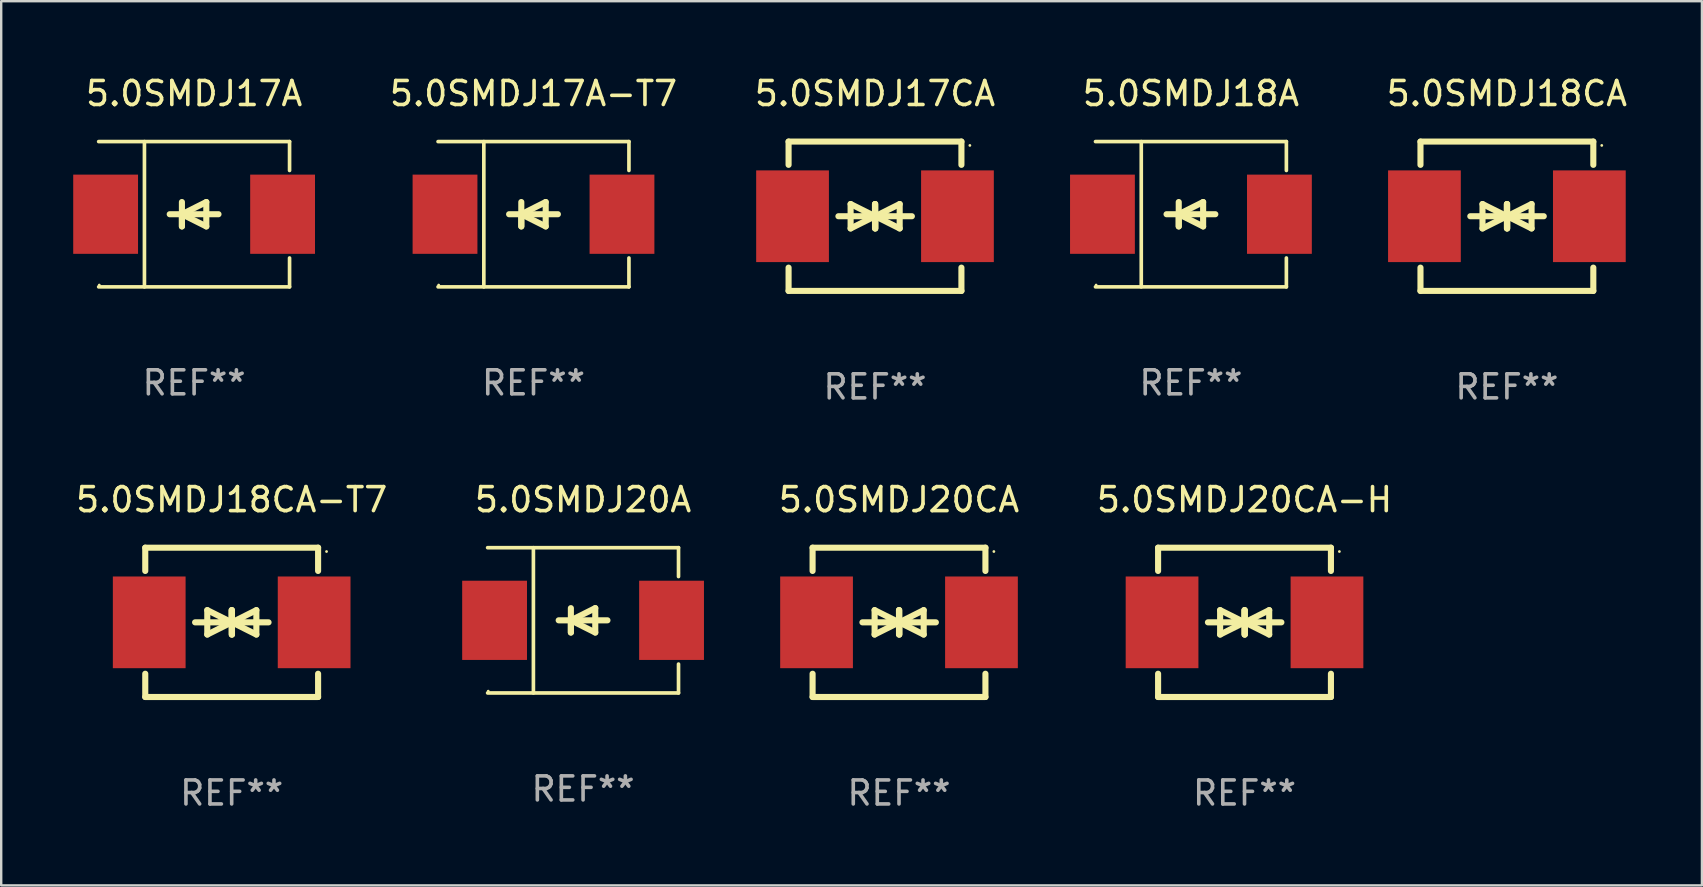
<source format=kicad_pcb>
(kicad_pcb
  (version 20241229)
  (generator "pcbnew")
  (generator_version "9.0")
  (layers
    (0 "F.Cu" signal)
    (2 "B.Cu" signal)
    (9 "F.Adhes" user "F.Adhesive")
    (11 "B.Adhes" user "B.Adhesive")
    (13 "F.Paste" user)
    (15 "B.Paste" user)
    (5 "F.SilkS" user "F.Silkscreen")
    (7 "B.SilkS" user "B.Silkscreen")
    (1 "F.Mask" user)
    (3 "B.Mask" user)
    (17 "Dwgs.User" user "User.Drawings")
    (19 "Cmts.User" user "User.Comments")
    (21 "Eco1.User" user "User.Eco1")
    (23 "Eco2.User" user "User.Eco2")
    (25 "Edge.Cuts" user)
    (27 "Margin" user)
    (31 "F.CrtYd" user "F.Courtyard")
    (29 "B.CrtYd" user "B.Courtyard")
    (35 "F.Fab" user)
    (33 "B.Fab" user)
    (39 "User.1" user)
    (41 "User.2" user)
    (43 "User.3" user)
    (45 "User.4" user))
  (footprint "5.0SMDJ20CA"
    (layer "F.Cu")
    (at 34.4 22.875)
    (property "Reference" "5.0SMDJ20CA" (at 0 -5.11 0) (layer "F.SilkS") (effects (font (size 1 1) (thickness 0.15))))
    (attr through_hole)
    (fp_line (start -3.6 -2.141) (end -3.6 -3.11) (stroke (width 0.254) (type solid)) (layer "F.SilkS"))
    (fp_line (start -3.6 3.11) (end -3.6 2.141) (stroke (width 0.254) (type solid)) (layer "F.SilkS"))
    (fp_line (start -1.524 0) (end 0.508 0) (stroke (width 0.254) (type solid)) (layer "F.SilkS"))
    (fp_line (start -1.016 -0.508) (end -1.016 0.508) (stroke (width 0.254) (type solid)) (layer "F.SilkS"))
    (fp_line (start -1.016 0.508) (end 0 0) (stroke (width 0.254) (type solid)) (layer "F.SilkS"))
    (fp_line (start 0 -0.508) (end 0 0.508) (stroke (width 0.254) (type solid)) (layer "F.SilkS"))
    (fp_line (start 0 0) (end -1.016 -0.508) (stroke (width 0.254) (type solid)) (layer "F.SilkS"))
    (fp_line (start 0 0) (end 0 -0.508) (stroke (width 0.254) (type solid)) (layer "F.SilkS"))
    (fp_line (start 0.012 0) (end 0.012 0.508) (stroke (width 0.254) (type solid)) (layer "F.SilkS"))
    (fp_line (start 0.012 0) (end 1.028 0.508) (stroke (width 0.254) (type solid)) (layer "F.SilkS"))
    (fp_line (start 0.012 0.508) (end 0.012 -0.508) (stroke (width 0.254) (type solid)) (layer "F.SilkS"))
    (fp_line (start 1.028 -0.508) (end 0.012 0) (stroke (width 0.254) (type solid)) (layer "F.SilkS"))
    (fp_line (start 1.028 0.508) (end 1.028 -0.508) (stroke (width 0.254) (type solid)) (layer "F.SilkS"))
    (fp_line (start 1.536 0) (end -0.496 0) (stroke (width 0.254) (type solid)) (layer "F.SilkS"))
    (fp_line (start 3.6 -3.11) (end -3.6 -3.11) (stroke (width 0.254) (type solid)) (layer "F.SilkS"))
    (fp_line (start 3.6 -2.141) (end 3.6 -3.11) (stroke (width 0.254) (type solid)) (layer "F.SilkS"))
    (fp_line (start 3.6 3.11) (end -3.6 3.11) (stroke (width 0.254) (type solid)) (layer "F.SilkS"))
    (fp_line (start 3.6 3.11) (end 3.6 2.141) (stroke (width 0.254) (type solid)) (layer "F.SilkS"))
    (fp_circle (center 3.952 -2.95) (end 3.982 -2.95) (stroke (width 0.06) (type solid)) (fill no) (layer "F.SilkS"))
    (fp_text user "REF**" (at 0 7.11 0) (layer "F.Fab") (effects (font (size 1 1) (thickness 0.15))))
    (pad "1" smd rect (at 3.435 0) (size 3.03 3.82) (layers "F.Cu" "F.Mask" "F.Paste"))
    (pad "2" smd rect (at -3.435 0) (size 3.03 3.82) (layers "F.Cu" "F.Mask" "F.Paste")))
  (footprint "5.0SMDJ17A-T7"
    (layer "F.Cu")
    (at 19.174 5.874)
    (property "Reference" "5.0SMDJ17A-T7" (at 0 -5.026 0) (layer "F.SilkS") (effects (font (size 1 1) (thickness 0.15))))
    (attr through_hole)
    (fp_line (start -3.976 -3.026) (end 3.976 -3.026) (stroke (width 0.152) (type solid)) (layer "F.SilkS"))
    (fp_line (start -3.976 3.026) (end 3.976 3.026) (stroke (width 0.152) (type solid)) (layer "F.SilkS"))
    (fp_line (start -2.069 -3.026) (end -2.069 3.026) (stroke (width 0.152) (type solid)) (layer "F.SilkS"))
    (fp_line (start -0.508 0) (end -0.508 0.508) (stroke (width 0.254) (type solid)) (layer "F.SilkS"))
    (fp_line (start -0.508 0) (end 0.508 0.508) (stroke (width 0.254) (type solid)) (layer "F.SilkS"))
    (fp_line (start -0.508 0.508) (end -0.508 -0.508) (stroke (width 0.254) (type solid)) (layer "F.SilkS"))
    (fp_line (start 0.508 -0.508) (end -0.508 0) (stroke (width 0.254) (type solid)) (layer "F.SilkS"))
    (fp_line (start 0.508 0.508) (end 0.508 -0.508) (stroke (width 0.254) (type solid)) (layer "F.SilkS"))
    (fp_line (start 1.016 0) (end -1.016 0) (stroke (width 0.254) (type solid)) (layer "F.SilkS"))
    (fp_line (start 3.976 -3.026) (end 3.976 -1.823) (stroke (width 0.152) (type solid)) (layer "F.SilkS"))
    (fp_line (start 3.976 3.026) (end 3.976 1.823) (stroke (width 0.152) (type solid)) (layer "F.SilkS"))
    (fp_circle (center -3.95 2.95) (end -3.92 2.95) (stroke (width 0.06) (type solid)) (fill no) (layer "F.SilkS"))
    (fp_text user "REF**" (at 0 7.026 0) (layer "F.Fab") (effects (font (size 1 1) (thickness 0.15))))
    (pad "1" smd rect (at -3.686 0) (size 2.7 3.3) (layers "F.Cu" "F.Mask" "F.Paste"))
    (pad "2" smd rect (at 3.686 0) (size 2.7 3.3) (layers "F.Cu" "F.Mask" "F.Paste")))
  (footprint "5.0SMDJ17A"
    (layer "F.Cu")
    (at 5.036 5.874)
    (property "Reference" "5.0SMDJ17A" (at 0 -5.026 0) (layer "F.SilkS") (effects (font (size 1 1) (thickness 0.15))))
    (attr through_hole)
    (fp_line (start -3.976 -3.026) (end 3.976 -3.026) (stroke (width 0.152) (type solid)) (layer "F.SilkS"))
    (fp_line (start -3.976 3.026) (end 3.976 3.026) (stroke (width 0.152) (type solid)) (layer "F.SilkS"))
    (fp_line (start -2.069 -3.026) (end -2.069 3.026) (stroke (width 0.152) (type solid)) (layer "F.SilkS"))
    (fp_line (start -0.508 0) (end -0.508 0.508) (stroke (width 0.254) (type solid)) (layer "F.SilkS"))
    (fp_line (start -0.508 0) (end 0.508 0.508) (stroke (width 0.254) (type solid)) (layer "F.SilkS"))
    (fp_line (start -0.508 0.508) (end -0.508 -0.508) (stroke (width 0.254) (type solid)) (layer "F.SilkS"))
    (fp_line (start 0.508 -0.508) (end -0.508 0) (stroke (width 0.254) (type solid)) (layer "F.SilkS"))
    (fp_line (start 0.508 0.508) (end 0.508 -0.508) (stroke (width 0.254) (type solid)) (layer "F.SilkS"))
    (fp_line (start 1.016 0) (end -1.016 0) (stroke (width 0.254) (type solid)) (layer "F.SilkS"))
    (fp_line (start 3.976 -3.026) (end 3.976 -1.823) (stroke (width 0.152) (type solid)) (layer "F.SilkS"))
    (fp_line (start 3.976 3.026) (end 3.976 1.823) (stroke (width 0.152) (type solid)) (layer "F.SilkS"))
    (fp_circle (center -3.95 2.95) (end -3.92 2.95) (stroke (width 0.06) (type solid)) (fill no) (layer "F.SilkS"))
    (fp_text user "REF**" (at 0 7.026 0) (layer "F.Fab") (effects (font (size 1 1) (thickness 0.15))))
    (pad "1" smd rect (at -3.686 0) (size 2.7 3.3) (layers "F.Cu" "F.Mask" "F.Paste"))
    (pad "2" smd rect (at 3.686 0) (size 2.7 3.3) (layers "F.Cu" "F.Mask" "F.Paste")))
  (footprint "5.0SMDJ20A"
    (layer "F.Cu")
    (at 21.239 22.791)
    (property "Reference" "5.0SMDJ20A" (at 0 -5.026 0) (layer "F.SilkS") (effects (font (size 1 1) (thickness 0.15))))
    (attr through_hole)
    (fp_line (start -3.976 -3.026) (end 3.976 -3.026) (stroke (width 0.152) (type solid)) (layer "F.SilkS"))
    (fp_line (start -3.976 3.026) (end 3.976 3.026) (stroke (width 0.152) (type solid)) (layer "F.SilkS"))
    (fp_line (start -2.069 -3.026) (end -2.069 3.026) (stroke (width 0.152) (type solid)) (layer "F.SilkS"))
    (fp_line (start -0.508 0) (end -0.508 0.508) (stroke (width 0.254) (type solid)) (layer "F.SilkS"))
    (fp_line (start -0.508 0) (end 0.508 0.508) (stroke (width 0.254) (type solid)) (layer "F.SilkS"))
    (fp_line (start -0.508 0.508) (end -0.508 -0.508) (stroke (width 0.254) (type solid)) (layer "F.SilkS"))
    (fp_line (start 0.508 -0.508) (end -0.508 0) (stroke (width 0.254) (type solid)) (layer "F.SilkS"))
    (fp_line (start 0.508 0.508) (end 0.508 -0.508) (stroke (width 0.254) (type solid)) (layer "F.SilkS"))
    (fp_line (start 1.016 0) (end -1.016 0) (stroke (width 0.254) (type solid)) (layer "F.SilkS"))
    (fp_line (start 3.976 -3.026) (end 3.976 -1.823) (stroke (width 0.152) (type solid)) (layer "F.SilkS"))
    (fp_line (start 3.976 3.026) (end 3.976 1.823) (stroke (width 0.152) (type solid)) (layer "F.SilkS"))
    (fp_circle (center -3.95 2.95) (end -3.92 2.95) (stroke (width 0.06) (type solid)) (fill no) (layer "F.SilkS"))
    (fp_text user "REF**" (at 0 7.026 0) (layer "F.Fab") (effects (font (size 1 1) (thickness 0.15))))
    (pad "1" smd rect (at -3.686 0) (size 2.7 3.3) (layers "F.Cu" "F.Mask" "F.Paste"))
    (pad "2" smd rect (at 3.686 0) (size 2.7 3.3) (layers "F.Cu" "F.Mask" "F.Paste")))
  (footprint "5.0SMDJ20CA-H"
    (layer "F.Cu")
    (at 48.793 22.875)
    (property "Reference" "5.0SMDJ20CA-H" (at 0 -5.11 0) (layer "F.SilkS") (effects (font (size 1 1) (thickness 0.15))))
    (attr through_hole)
    (fp_line (start -3.6 -2.141) (end -3.6 -3.11) (stroke (width 0.254) (type solid)) (layer "F.SilkS"))
    (fp_line (start -3.6 3.11) (end -3.6 2.141) (stroke (width 0.254) (type solid)) (layer "F.SilkS"))
    (fp_line (start -1.524 0) (end 0.508 0) (stroke (width 0.254) (type solid)) (layer "F.SilkS"))
    (fp_line (start -1.016 -0.508) (end -1.016 0.508) (stroke (width 0.254) (type solid)) (layer "F.SilkS"))
    (fp_line (start -1.016 0.508) (end 0 0) (stroke (width 0.254) (type solid)) (layer "F.SilkS"))
    (fp_line (start 0 -0.508) (end 0 0.508) (stroke (width 0.254) (type solid)) (layer "F.SilkS"))
    (fp_line (start 0 0) (end -1.016 -0.508) (stroke (width 0.254) (type solid)) (layer "F.SilkS"))
    (fp_line (start 0 0) (end 0 -0.508) (stroke (width 0.254) (type solid)) (layer "F.SilkS"))
    (fp_line (start 0.012 0) (end 0.012 0.508) (stroke (width 0.254) (type solid)) (layer "F.SilkS"))
    (fp_line (start 0.012 0) (end 1.028 0.508) (stroke (width 0.254) (type solid)) (layer "F.SilkS"))
    (fp_line (start 0.012 0.508) (end 0.012 -0.508) (stroke (width 0.254) (type solid)) (layer "F.SilkS"))
    (fp_line (start 1.028 -0.508) (end 0.012 0) (stroke (width 0.254) (type solid)) (layer "F.SilkS"))
    (fp_line (start 1.028 0.508) (end 1.028 -0.508) (stroke (width 0.254) (type solid)) (layer "F.SilkS"))
    (fp_line (start 1.536 0) (end -0.496 0) (stroke (width 0.254) (type solid)) (layer "F.SilkS"))
    (fp_line (start 3.6 -3.11) (end -3.6 -3.11) (stroke (width 0.254) (type solid)) (layer "F.SilkS"))
    (fp_line (start 3.6 -2.141) (end 3.6 -3.11) (stroke (width 0.254) (type solid)) (layer "F.SilkS"))
    (fp_line (start 3.6 3.11) (end -3.6 3.11) (stroke (width 0.254) (type solid)) (layer "F.SilkS"))
    (fp_line (start 3.6 3.11) (end 3.6 2.141) (stroke (width 0.254) (type solid)) (layer "F.SilkS"))
    (fp_circle (center 3.952 -2.95) (end 3.982 -2.95) (stroke (width 0.06) (type solid)) (fill no) (layer "F.SilkS"))
    (fp_text user "REF**" (at 0 7.11 0) (layer "F.Fab") (effects (font (size 1 1) (thickness 0.15))))
    (pad "1" smd rect (at 3.435 0) (size 3.03 3.82) (layers "F.Cu" "F.Mask" "F.Paste"))
    (pad "2" smd rect (at -3.435 0) (size 3.03 3.82) (layers "F.Cu" "F.Mask" "F.Paste")))
  (footprint "5.0SMDJ17CA"
    (layer "F.Cu")
    (at 33.4 5.958)
    (property "Reference" "5.0SMDJ17CA" (at 0 -5.11 0) (layer "F.SilkS") (effects (font (size 1 1) (thickness 0.15))))
    (attr through_hole)
    (fp_line (start -3.6 -2.141) (end -3.6 -3.11) (stroke (width 0.254) (type solid)) (layer "F.SilkS"))
    (fp_line (start -3.6 3.11) (end -3.6 2.141) (stroke (width 0.254) (type solid)) (layer "F.SilkS"))
    (fp_line (start -1.524 0) (end 0.508 0) (stroke (width 0.254) (type solid)) (layer "F.SilkS"))
    (fp_line (start -1.016 -0.508) (end -1.016 0.508) (stroke (width 0.254) (type solid)) (layer "F.SilkS"))
    (fp_line (start -1.016 0.508) (end 0 0) (stroke (width 0.254) (type solid)) (layer "F.SilkS"))
    (fp_line (start 0 -0.508) (end 0 0.508) (stroke (width 0.254) (type solid)) (layer "F.SilkS"))
    (fp_line (start 0 0) (end -1.016 -0.508) (stroke (width 0.254) (type solid)) (layer "F.SilkS"))
    (fp_line (start 0 0) (end 0 -0.508) (stroke (width 0.254) (type solid)) (layer "F.SilkS"))
    (fp_line (start 0.012 0) (end 0.012 0.508) (stroke (width 0.254) (type solid)) (layer "F.SilkS"))
    (fp_line (start 0.012 0) (end 1.028 0.508) (stroke (width 0.254) (type solid)) (layer "F.SilkS"))
    (fp_line (start 0.012 0.508) (end 0.012 -0.508) (stroke (width 0.254) (type solid)) (layer "F.SilkS"))
    (fp_line (start 1.028 -0.508) (end 0.012 0) (stroke (width 0.254) (type solid)) (layer "F.SilkS"))
    (fp_line (start 1.028 0.508) (end 1.028 -0.508) (stroke (width 0.254) (type solid)) (layer "F.SilkS"))
    (fp_line (start 1.536 0) (end -0.496 0) (stroke (width 0.254) (type solid)) (layer "F.SilkS"))
    (fp_line (start 3.6 -3.11) (end -3.6 -3.11) (stroke (width 0.254) (type solid)) (layer "F.SilkS"))
    (fp_line (start 3.6 -2.141) (end 3.6 -3.11) (stroke (width 0.254) (type solid)) (layer "F.SilkS"))
    (fp_line (start 3.6 3.11) (end -3.6 3.11) (stroke (width 0.254) (type solid)) (layer "F.SilkS"))
    (fp_line (start 3.6 3.11) (end 3.6 2.141) (stroke (width 0.254) (type solid)) (layer "F.SilkS"))
    (fp_circle (center 3.952 -2.95) (end 3.982 -2.95) (stroke (width 0.06) (type solid)) (fill no) (layer "F.SilkS"))
    (fp_text user "REF**" (at 0 7.11 0) (layer "F.Fab") (effects (font (size 1 1) (thickness 0.15))))
    (pad "1" smd rect (at 3.435 0) (size 3.03 3.82) (layers "F.Cu" "F.Mask" "F.Paste"))
    (pad "2" smd rect (at -3.435 0) (size 3.03 3.82) (layers "F.Cu" "F.Mask" "F.Paste")))
  (footprint "5.0SMDJ18CA-T7"
    (layer "F.Cu")
    (at 6.601 22.875)
    (property "Reference" "5.0SMDJ18CA-T7" (at 0 -5.11 0) (layer "F.SilkS") (effects (font (size 1 1) (thickness 0.15))))
    (attr through_hole)
    (fp_line (start -3.6 -2.141) (end -3.6 -3.11) (stroke (width 0.254) (type solid)) (layer "F.SilkS"))
    (fp_line (start -3.6 3.11) (end -3.6 2.141) (stroke (width 0.254) (type solid)) (layer "F.SilkS"))
    (fp_line (start -1.524 0) (end 0.508 0) (stroke (width 0.254) (type solid)) (layer "F.SilkS"))
    (fp_line (start -1.016 -0.508) (end -1.016 0.508) (stroke (width 0.254) (type solid)) (layer "F.SilkS"))
    (fp_line (start -1.016 0.508) (end 0 0) (stroke (width 0.254) (type solid)) (layer "F.SilkS"))
    (fp_line (start 0 -0.508) (end 0 0.508) (stroke (width 0.254) (type solid)) (layer "F.SilkS"))
    (fp_line (start 0 0) (end -1.016 -0.508) (stroke (width 0.254) (type solid)) (layer "F.SilkS"))
    (fp_line (start 0 0) (end 0 -0.508) (stroke (width 0.254) (type solid)) (layer "F.SilkS"))
    (fp_line (start 0.012 0) (end 0.012 0.508) (stroke (width 0.254) (type solid)) (layer "F.SilkS"))
    (fp_line (start 0.012 0) (end 1.028 0.508) (stroke (width 0.254) (type solid)) (layer "F.SilkS"))
    (fp_line (start 0.012 0.508) (end 0.012 -0.508) (stroke (width 0.254) (type solid)) (layer "F.SilkS"))
    (fp_line (start 1.028 -0.508) (end 0.012 0) (stroke (width 0.254) (type solid)) (layer "F.SilkS"))
    (fp_line (start 1.028 0.508) (end 1.028 -0.508) (stroke (width 0.254) (type solid)) (layer "F.SilkS"))
    (fp_line (start 1.536 0) (end -0.496 0) (stroke (width 0.254) (type solid)) (layer "F.SilkS"))
    (fp_line (start 3.6 -3.11) (end -3.6 -3.11) (stroke (width 0.254) (type solid)) (layer "F.SilkS"))
    (fp_line (start 3.6 -2.141) (end 3.6 -3.11) (stroke (width 0.254) (type solid)) (layer "F.SilkS"))
    (fp_line (start 3.6 3.11) (end -3.6 3.11) (stroke (width 0.254) (type solid)) (layer "F.SilkS"))
    (fp_line (start 3.6 3.11) (end 3.6 2.141) (stroke (width 0.254) (type solid)) (layer "F.SilkS"))
    (fp_circle (center 3.952 -2.95) (end 3.982 -2.95) (stroke (width 0.06) (type solid)) (fill no) (layer "F.SilkS"))
    (fp_text user "REF**" (at 0 7.11 0) (layer "F.Fab") (effects (font (size 1 1) (thickness 0.15))))
    (pad "1" smd rect (at 3.435 0) (size 3.03 3.82) (layers "F.Cu" "F.Mask" "F.Paste"))
    (pad "2" smd rect (at -3.435 0) (size 3.03 3.82) (layers "F.Cu" "F.Mask" "F.Paste")))
  (footprint "5.0SMDJ18A"
    (layer "F.Cu")
    (at 46.561 5.874)
    (property "Reference" "5.0SMDJ18A" (at 0 -5.026 0) (layer "F.SilkS") (effects (font (size 1 1) (thickness 0.15))))
    (attr through_hole)
    (fp_line (start -3.976 -3.026) (end 3.976 -3.026) (stroke (width 0.152) (type solid)) (layer "F.SilkS"))
    (fp_line (start -3.976 3.026) (end 3.976 3.026) (stroke (width 0.152) (type solid)) (layer "F.SilkS"))
    (fp_line (start -2.069 -3.026) (end -2.069 3.026) (stroke (width 0.152) (type solid)) (layer "F.SilkS"))
    (fp_line (start -0.508 0) (end -0.508 0.508) (stroke (width 0.254) (type solid)) (layer "F.SilkS"))
    (fp_line (start -0.508 0) (end 0.508 0.508) (stroke (width 0.254) (type solid)) (layer "F.SilkS"))
    (fp_line (start -0.508 0.508) (end -0.508 -0.508) (stroke (width 0.254) (type solid)) (layer "F.SilkS"))
    (fp_line (start 0.508 -0.508) (end -0.508 0) (stroke (width 0.254) (type solid)) (layer "F.SilkS"))
    (fp_line (start 0.508 0.508) (end 0.508 -0.508) (stroke (width 0.254) (type solid)) (layer "F.SilkS"))
    (fp_line (start 1.016 0) (end -1.016 0) (stroke (width 0.254) (type solid)) (layer "F.SilkS"))
    (fp_line (start 3.976 -3.026) (end 3.976 -1.823) (stroke (width 0.152) (type solid)) (layer "F.SilkS"))
    (fp_line (start 3.976 3.026) (end 3.976 1.823) (stroke (width 0.152) (type solid)) (layer "F.SilkS"))
    (fp_circle (center -3.95 2.95) (end -3.92 2.95) (stroke (width 0.06) (type solid)) (fill no) (layer "F.SilkS"))
    (fp_text user "REF**" (at 0 7.026 0) (layer "F.Fab") (effects (font (size 1 1) (thickness 0.15))))
    (pad "1" smd rect (at -3.686 0) (size 2.7 3.3) (layers "F.Cu" "F.Mask" "F.Paste"))
    (pad "2" smd rect (at 3.686 0) (size 2.7 3.3) (layers "F.Cu" "F.Mask" "F.Paste")))
  (footprint "5.0SMDJ18CA"
    (layer "F.Cu")
    (at 59.723 5.958)
    (property "Reference" "5.0SMDJ18CA" (at 0 -5.11 0) (layer "F.SilkS") (effects (font (size 1 1) (thickness 0.15))))
    (attr through_hole)
    (fp_line (start -3.6 -2.141) (end -3.6 -3.11) (stroke (width 0.254) (type solid)) (layer "F.SilkS"))
    (fp_line (start -3.6 3.11) (end -3.6 2.141) (stroke (width 0.254) (type solid)) (layer "F.SilkS"))
    (fp_line (start -1.524 0) (end 0.508 0) (stroke (width 0.254) (type solid)) (layer "F.SilkS"))
    (fp_line (start -1.016 -0.508) (end -1.016 0.508) (stroke (width 0.254) (type solid)) (layer "F.SilkS"))
    (fp_line (start -1.016 0.508) (end 0 0) (stroke (width 0.254) (type solid)) (layer "F.SilkS"))
    (fp_line (start 0 -0.508) (end 0 0.508) (stroke (width 0.254) (type solid)) (layer "F.SilkS"))
    (fp_line (start 0 0) (end -1.016 -0.508) (stroke (width 0.254) (type solid)) (layer "F.SilkS"))
    (fp_line (start 0 0) (end 0 -0.508) (stroke (width 0.254) (type solid)) (layer "F.SilkS"))
    (fp_line (start 0.012 0) (end 0.012 0.508) (stroke (width 0.254) (type solid)) (layer "F.SilkS"))
    (fp_line (start 0.012 0) (end 1.028 0.508) (stroke (width 0.254) (type solid)) (layer "F.SilkS"))
    (fp_line (start 0.012 0.508) (end 0.012 -0.508) (stroke (width 0.254) (type solid)) (layer "F.SilkS"))
    (fp_line (start 1.028 -0.508) (end 0.012 0) (stroke (width 0.254) (type solid)) (layer "F.SilkS"))
    (fp_line (start 1.028 0.508) (end 1.028 -0.508) (stroke (width 0.254) (type solid)) (layer "F.SilkS"))
    (fp_line (start 1.536 0) (end -0.496 0) (stroke (width 0.254) (type solid)) (layer "F.SilkS"))
    (fp_line (start 3.6 -3.11) (end -3.6 -3.11) (stroke (width 0.254) (type solid)) (layer "F.SilkS"))
    (fp_line (start 3.6 -2.141) (end 3.6 -3.11) (stroke (width 0.254) (type solid)) (layer "F.SilkS"))
    (fp_line (start 3.6 3.11) (end -3.6 3.11) (stroke (width 0.254) (type solid)) (layer "F.SilkS"))
    (fp_line (start 3.6 3.11) (end 3.6 2.141) (stroke (width 0.254) (type solid)) (layer "F.SilkS"))
    (fp_circle (center 3.952 -2.95) (end 3.982 -2.95) (stroke (width 0.06) (type solid)) (fill no) (layer "F.SilkS"))
    (fp_text user "REF**" (at 0 7.11 0) (layer "F.Fab") (effects (font (size 1 1) (thickness 0.15))))
    (pad "1" smd rect (at 3.435 0) (size 3.03 3.82) (layers "F.Cu" "F.Mask" "F.Paste"))
    (pad "2" smd rect (at -3.435 0) (size 3.03 3.82) (layers "F.Cu" "F.Mask" "F.Paste")))
  (gr_rect
    (start -3 -3)
    (end 67.848 33.833)
    (stroke (width 0.1) (type default))
    (fill no)
    (layer "Edge.Cuts")))
</source>
